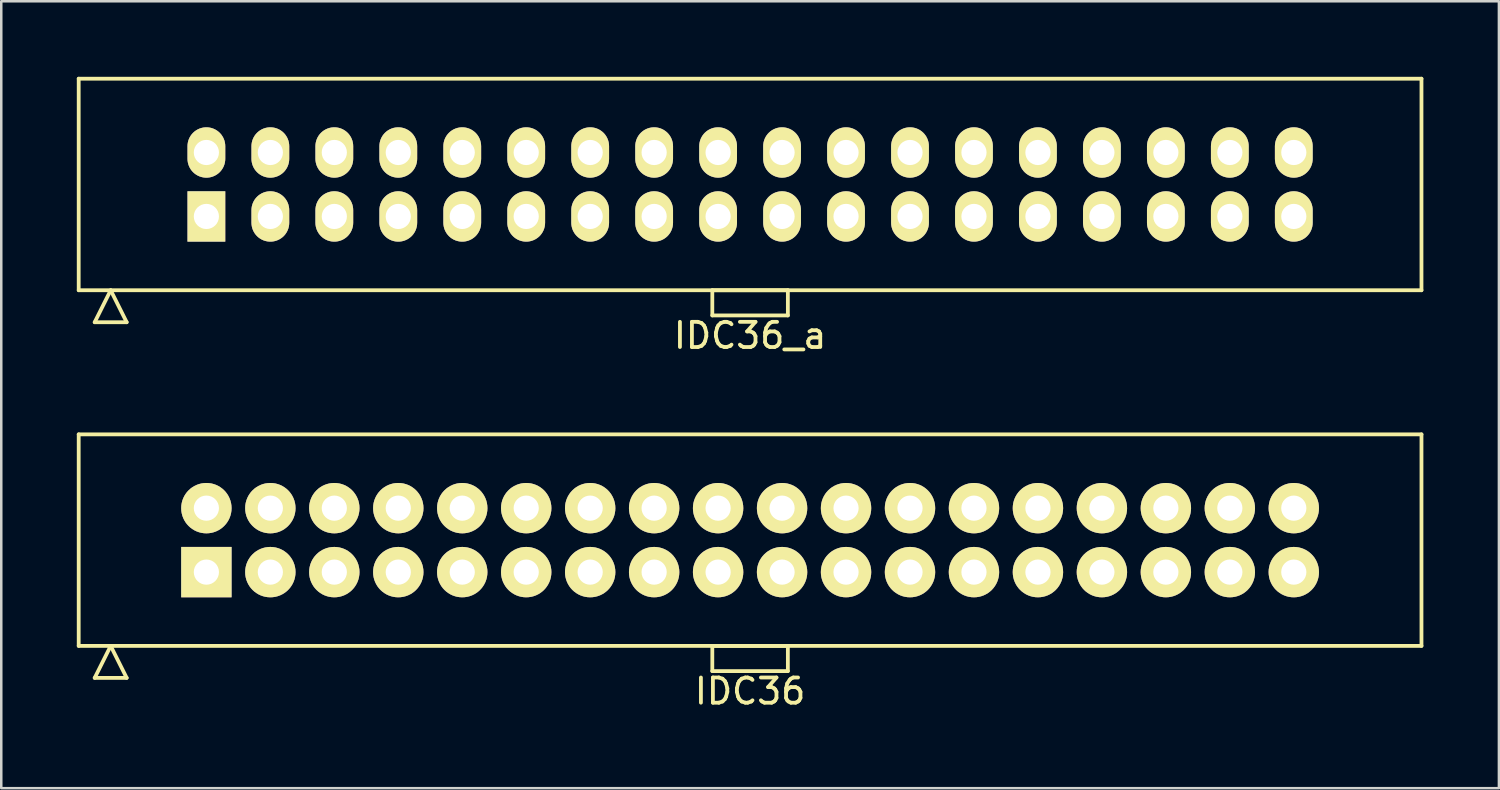
<source format=kicad_pcb>
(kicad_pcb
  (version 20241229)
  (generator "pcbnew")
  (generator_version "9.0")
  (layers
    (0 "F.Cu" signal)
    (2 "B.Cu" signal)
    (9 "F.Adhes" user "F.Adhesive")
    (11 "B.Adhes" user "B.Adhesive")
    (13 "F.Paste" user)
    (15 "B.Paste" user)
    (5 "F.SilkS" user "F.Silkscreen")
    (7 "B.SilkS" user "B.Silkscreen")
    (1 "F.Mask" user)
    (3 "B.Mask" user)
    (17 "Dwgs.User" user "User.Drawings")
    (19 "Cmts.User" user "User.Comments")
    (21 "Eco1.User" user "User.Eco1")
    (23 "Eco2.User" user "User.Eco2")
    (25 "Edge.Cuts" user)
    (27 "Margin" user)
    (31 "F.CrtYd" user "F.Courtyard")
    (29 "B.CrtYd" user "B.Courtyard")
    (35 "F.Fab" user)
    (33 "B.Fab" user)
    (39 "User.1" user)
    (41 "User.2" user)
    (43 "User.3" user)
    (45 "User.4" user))
  (footprint "IDC36"
    (layer "F.Cu")
    (at 26.735 18.398)
    (property "Reference" "IDC36" (at 0 6 0) (layer "F.SilkS") (effects (font (size 1 1) (thickness 0.15))))
    (attr through_hole)
    (fp_line (start -26.66 -4.2) (end -26.66 4.2) (stroke (width 0.15) (type solid)) (layer "F.SilkS"))
    (fp_line (start -26.66 4.2) (end 26.66 4.2) (stroke (width 0.15) (type solid)) (layer "F.SilkS"))
    (fp_line (start -26.025 5.47) (end -25.39 4.2) (stroke (width 0.15) (type solid)) (layer "F.SilkS"))
    (fp_line (start -26.025 5.47) (end -24.755 5.47) (stroke (width 0.15) (type solid)) (layer "F.SilkS"))
    (fp_line (start -24.755 5.47) (end -25.39 4.2) (stroke (width 0.15) (type solid)) (layer "F.SilkS"))
    (fp_line (start -1.5 4.2) (end -1.5 5.2) (stroke (width 0.15) (type solid)) (layer "F.SilkS"))
    (fp_line (start -1.5 5.2) (end 1.5 5.2) (stroke (width 0.15) (type solid)) (layer "F.SilkS"))
    (fp_line (start 1.5 4.2) (end -1.5 4.2) (stroke (width 0.15) (type solid)) (layer "F.SilkS"))
    (fp_line (start 1.5 5.2) (end 1.5 4.2) (stroke (width 0.15) (type solid)) (layer "F.SilkS"))
    (fp_line (start 26.66 -4.2) (end -26.66 -4.2) (stroke (width 0.15) (type solid)) (layer "F.SilkS"))
    (fp_line (start 26.66 4.2) (end 26.66 -4.2) (stroke (width 0.15) (type solid)) (layer "F.SilkS"))
    (pad "1" thru_hole rect (at -21.59 1.27) (size 2 2) (drill 1) (layers "*.Cu" "*.Mask" "F.SilkS"))
    (pad "2" thru_hole oval (at -21.59 -1.27) (size 2 2) (drill 1) (layers "*.Cu" "*.Mask" "F.SilkS"))
    (pad "3" thru_hole oval (at -19.05 1.27) (size 2 2) (drill 1) (layers "*.Cu" "*.Mask" "F.SilkS"))
    (pad "4" thru_hole oval (at -19.05 -1.27) (size 2 2) (drill 1) (layers "*.Cu" "*.Mask" "F.SilkS"))
    (pad "5" thru_hole oval (at -16.51 1.27) (size 2 2) (drill 1) (layers "*.Cu" "*.Mask" "F.SilkS"))
    (pad "6" thru_hole oval (at -16.51 -1.27) (size 2 2) (drill 1) (layers "*.Cu" "*.Mask" "F.SilkS"))
    (pad "7" thru_hole oval (at -13.97 1.27) (size 2 2) (drill 1) (layers "*.Cu" "*.Mask" "F.SilkS"))
    (pad "8" thru_hole oval (at -13.97 -1.27) (size 2 2) (drill 1) (layers "*.Cu" "*.Mask" "F.SilkS"))
    (pad "9" thru_hole oval (at -11.43 1.27) (size 2 2) (drill 1) (layers "*.Cu" "*.Mask" "F.SilkS"))
    (pad "10" thru_hole oval (at -11.43 -1.27) (size 2 2) (drill 1) (layers "*.Cu" "*.Mask" "F.SilkS"))
    (pad "11" thru_hole oval (at -8.89 1.27) (size 2 2) (drill 1) (layers "*.Cu" "*.Mask" "F.SilkS"))
    (pad "12" thru_hole oval (at -8.89 -1.27) (size 2 2) (drill 1) (layers "*.Cu" "*.Mask" "F.SilkS"))
    (pad "13" thru_hole oval (at -6.35 1.27) (size 2 2) (drill 1) (layers "*.Cu" "*.Mask" "F.SilkS"))
    (pad "14" thru_hole oval (at -6.35 -1.27) (size 2 2) (drill 1) (layers "*.Cu" "*.Mask" "F.SilkS"))
    (pad "15" thru_hole oval (at -3.81 1.27) (size 2 2) (drill 1) (layers "*.Cu" "*.Mask" "F.SilkS"))
    (pad "16" thru_hole oval (at -3.81 -1.27) (size 2 2) (drill 1) (layers "*.Cu" "*.Mask" "F.SilkS"))
    (pad "17" thru_hole oval (at -1.27 1.27) (size 2 2) (drill 1) (layers "*.Cu" "*.Mask" "F.SilkS"))
    (pad "18" thru_hole oval (at -1.27 -1.27) (size 2 2) (drill 1) (layers "*.Cu" "*.Mask" "F.SilkS"))
    (pad "19" thru_hole oval (at 1.27 1.27) (size 2 2) (drill 1) (layers "*.Cu" "*.Mask" "F.SilkS"))
    (pad "20" thru_hole oval (at 1.27 -1.27) (size 2 2) (drill 1) (layers "*.Cu" "*.Mask" "F.SilkS"))
    (pad "21" thru_hole oval (at 3.81 1.27) (size 2 2) (drill 1) (layers "*.Cu" "*.Mask" "F.SilkS"))
    (pad "22" thru_hole oval (at 3.81 -1.27) (size 2 2) (drill 1) (layers "*.Cu" "*.Mask" "F.SilkS"))
    (pad "23" thru_hole oval (at 6.35 1.27) (size 2 2) (drill 1) (layers "*.Cu" "*.Mask" "F.SilkS"))
    (pad "24" thru_hole oval (at 6.35 -1.27) (size 2 2) (drill 1) (layers "*.Cu" "*.Mask" "F.SilkS"))
    (pad "25" thru_hole oval (at 8.89 1.27) (size 2 2) (drill 1) (layers "*.Cu" "*.Mask" "F.SilkS"))
    (pad "26" thru_hole oval (at 8.89 -1.27) (size 2 2) (drill 1) (layers "*.Cu" "*.Mask" "F.SilkS"))
    (pad "27" thru_hole oval (at 11.43 1.27) (size 2 2) (drill 1) (layers "*.Cu" "*.Mask" "F.SilkS"))
    (pad "28" thru_hole oval (at 11.43 -1.27) (size 2 2) (drill 1) (layers "*.Cu" "*.Mask" "F.SilkS"))
    (pad "29" thru_hole oval (at 13.97 1.27) (size 2 2) (drill 1) (layers "*.Cu" "*.Mask" "F.SilkS"))
    (pad "30" thru_hole oval (at 13.97 -1.27) (size 2 2) (drill 1) (layers "*.Cu" "*.Mask" "F.SilkS"))
    (pad "31" thru_hole oval (at 16.51 1.27) (size 2 2) (drill 1) (layers "*.Cu" "*.Mask" "F.SilkS"))
    (pad "32" thru_hole oval (at 16.51 -1.27) (size 2 2) (drill 1) (layers "*.Cu" "*.Mask" "F.SilkS"))
    (pad "33" thru_hole oval (at 19.05 1.27) (size 2 2) (drill 1) (layers "*.Cu" "*.Mask" "F.SilkS"))
    (pad "34" thru_hole oval (at 19.05 -1.27) (size 2 2) (drill 1) (layers "*.Cu" "*.Mask" "F.SilkS"))
    (pad "35" thru_hole oval (at 21.59 1.27) (size 2 2) (drill 1) (layers "*.Cu" "*.Mask" "F.SilkS"))
    (pad "36" thru_hole oval (at 21.59 -1.27) (size 2 2) (drill 1) (layers "*.Cu" "*.Mask" "F.SilkS")))
  (footprint "IDC36_a"
    (layer "F.Cu")
    (at 26.735 4.275)
    (property "Reference" "IDC36_a" (at 0 6 0) (layer "F.SilkS") (effects (font (size 1 1) (thickness 0.15))))
    (attr through_hole)
    (fp_line (start -26.66 -4.2) (end -26.66 4.2) (stroke (width 0.15) (type solid)) (layer "F.SilkS"))
    (fp_line (start -26.66 4.2) (end 26.66 4.2) (stroke (width 0.15) (type solid)) (layer "F.SilkS"))
    (fp_line (start -26.025 5.47) (end -25.39 4.2) (stroke (width 0.15) (type solid)) (layer "F.SilkS"))
    (fp_line (start -26.025 5.47) (end -24.755 5.47) (stroke (width 0.15) (type solid)) (layer "F.SilkS"))
    (fp_line (start -24.755 5.47) (end -25.39 4.2) (stroke (width 0.15) (type solid)) (layer "F.SilkS"))
    (fp_line (start -1.5 4.2) (end -1.5 5.2) (stroke (width 0.15) (type solid)) (layer "F.SilkS"))
    (fp_line (start -1.5 5.2) (end 1.5 5.2) (stroke (width 0.15) (type solid)) (layer "F.SilkS"))
    (fp_line (start 1.5 4.2) (end -1.5 4.2) (stroke (width 0.15) (type solid)) (layer "F.SilkS"))
    (fp_line (start 1.5 5.2) (end 1.5 4.2) (stroke (width 0.15) (type solid)) (layer "F.SilkS"))
    (fp_line (start 26.66 -4.2) (end -26.66 -4.2) (stroke (width 0.15) (type solid)) (layer "F.SilkS"))
    (fp_line (start 26.66 4.2) (end 26.66 -4.2) (stroke (width 0.15) (type solid)) (layer "F.SilkS"))
    (pad "1" thru_hole rect (at -21.59 1.27) (size 1.5 2) (drill 1) (layers "*.Cu" "*.Mask" "F.SilkS"))
    (pad "2" thru_hole oval (at -21.59 -1.27) (size 1.5 2) (drill 1) (layers "*.Cu" "*.Mask" "F.SilkS"))
    (pad "3" thru_hole oval (at -19.05 1.27) (size 1.5 2) (drill 1) (layers "*.Cu" "*.Mask" "F.SilkS"))
    (pad "4" thru_hole oval (at -19.05 -1.27) (size 1.5 2) (drill 1) (layers "*.Cu" "*.Mask" "F.SilkS"))
    (pad "5" thru_hole oval (at -16.51 1.27) (size 1.5 2) (drill 1) (layers "*.Cu" "*.Mask" "F.SilkS"))
    (pad "6" thru_hole oval (at -16.51 -1.27) (size 1.5 2) (drill 1) (layers "*.Cu" "*.Mask" "F.SilkS"))
    (pad "7" thru_hole oval (at -13.97 1.27) (size 1.5 2) (drill 1) (layers "*.Cu" "*.Mask" "F.SilkS"))
    (pad "8" thru_hole oval (at -13.97 -1.27) (size 1.5 2) (drill 1) (layers "*.Cu" "*.Mask" "F.SilkS"))
    (pad "9" thru_hole oval (at -11.43 1.27) (size 1.5 2) (drill 1) (layers "*.Cu" "*.Mask" "F.SilkS"))
    (pad "10" thru_hole oval (at -11.43 -1.27) (size 1.5 2) (drill 1) (layers "*.Cu" "*.Mask" "F.SilkS"))
    (pad "11" thru_hole oval (at -8.89 1.27) (size 1.5 2) (drill 1) (layers "*.Cu" "*.Mask" "F.SilkS"))
    (pad "12" thru_hole oval (at -8.89 -1.27) (size 1.5 2) (drill 1) (layers "*.Cu" "*.Mask" "F.SilkS"))
    (pad "13" thru_hole oval (at -6.35 1.27) (size 1.5 2) (drill 1) (layers "*.Cu" "*.Mask" "F.SilkS"))
    (pad "14" thru_hole oval (at -6.35 -1.27) (size 1.5 2) (drill 1) (layers "*.Cu" "*.Mask" "F.SilkS"))
    (pad "15" thru_hole oval (at -3.81 1.27) (size 1.5 2) (drill 1) (layers "*.Cu" "*.Mask" "F.SilkS"))
    (pad "16" thru_hole oval (at -3.81 -1.27) (size 1.5 2) (drill 1) (layers "*.Cu" "*.Mask" "F.SilkS"))
    (pad "17" thru_hole oval (at -1.27 1.27) (size 1.5 2) (drill 1) (layers "*.Cu" "*.Mask" "F.SilkS"))
    (pad "18" thru_hole oval (at -1.27 -1.27) (size 1.5 2) (drill 1) (layers "*.Cu" "*.Mask" "F.SilkS"))
    (pad "19" thru_hole oval (at 1.27 1.27) (size 1.5 2) (drill 1) (layers "*.Cu" "*.Mask" "F.SilkS"))
    (pad "20" thru_hole oval (at 1.27 -1.27) (size 1.5 2) (drill 1) (layers "*.Cu" "*.Mask" "F.SilkS"))
    (pad "21" thru_hole oval (at 3.81 1.27) (size 1.5 2) (drill 1) (layers "*.Cu" "*.Mask" "F.SilkS"))
    (pad "22" thru_hole oval (at 3.81 -1.27) (size 1.5 2) (drill 1) (layers "*.Cu" "*.Mask" "F.SilkS"))
    (pad "23" thru_hole oval (at 6.35 1.27) (size 1.5 2) (drill 1) (layers "*.Cu" "*.Mask" "F.SilkS"))
    (pad "24" thru_hole oval (at 6.35 -1.27) (size 1.5 2) (drill 1) (layers "*.Cu" "*.Mask" "F.SilkS"))
    (pad "25" thru_hole oval (at 8.89 1.27) (size 1.5 2) (drill 1) (layers "*.Cu" "*.Mask" "F.SilkS"))
    (pad "26" thru_hole oval (at 8.89 -1.27) (size 1.5 2) (drill 1) (layers "*.Cu" "*.Mask" "F.SilkS"))
    (pad "27" thru_hole oval (at 11.43 1.27) (size 1.5 2) (drill 1) (layers "*.Cu" "*.Mask" "F.SilkS"))
    (pad "28" thru_hole oval (at 11.43 -1.27) (size 1.5 2) (drill 1) (layers "*.Cu" "*.Mask" "F.SilkS"))
    (pad "29" thru_hole oval (at 13.97 1.27) (size 1.5 2) (drill 1) (layers "*.Cu" "*.Mask" "F.SilkS"))
    (pad "30" thru_hole oval (at 13.97 -1.27) (size 1.5 2) (drill 1) (layers "*.Cu" "*.Mask" "F.SilkS"))
    (pad "31" thru_hole oval (at 16.51 1.27) (size 1.5 2) (drill 1) (layers "*.Cu" "*.Mask" "F.SilkS"))
    (pad "32" thru_hole oval (at 16.51 -1.27) (size 1.5 2) (drill 1) (layers "*.Cu" "*.Mask" "F.SilkS"))
    (pad "33" thru_hole oval (at 19.05 1.27) (size 1.5 2) (drill 1) (layers "*.Cu" "*.Mask" "F.SilkS"))
    (pad "34" thru_hole oval (at 19.05 -1.27) (size 1.5 2) (drill 1) (layers "*.Cu" "*.Mask" "F.SilkS"))
    (pad "35" thru_hole oval (at 21.59 1.27) (size 1.5 2) (drill 1) (layers "*.Cu" "*.Mask" "F.SilkS"))
    (pad "36" thru_hole oval (at 21.59 -1.27) (size 1.5 2) (drill 1) (layers "*.Cu" "*.Mask" "F.SilkS")))
  (gr_rect
    (start -3 -3)
    (end 56.47 28.247)
    (stroke (width 0.1) (type default))
    (fill no)
    (layer "Edge.Cuts")))
</source>
